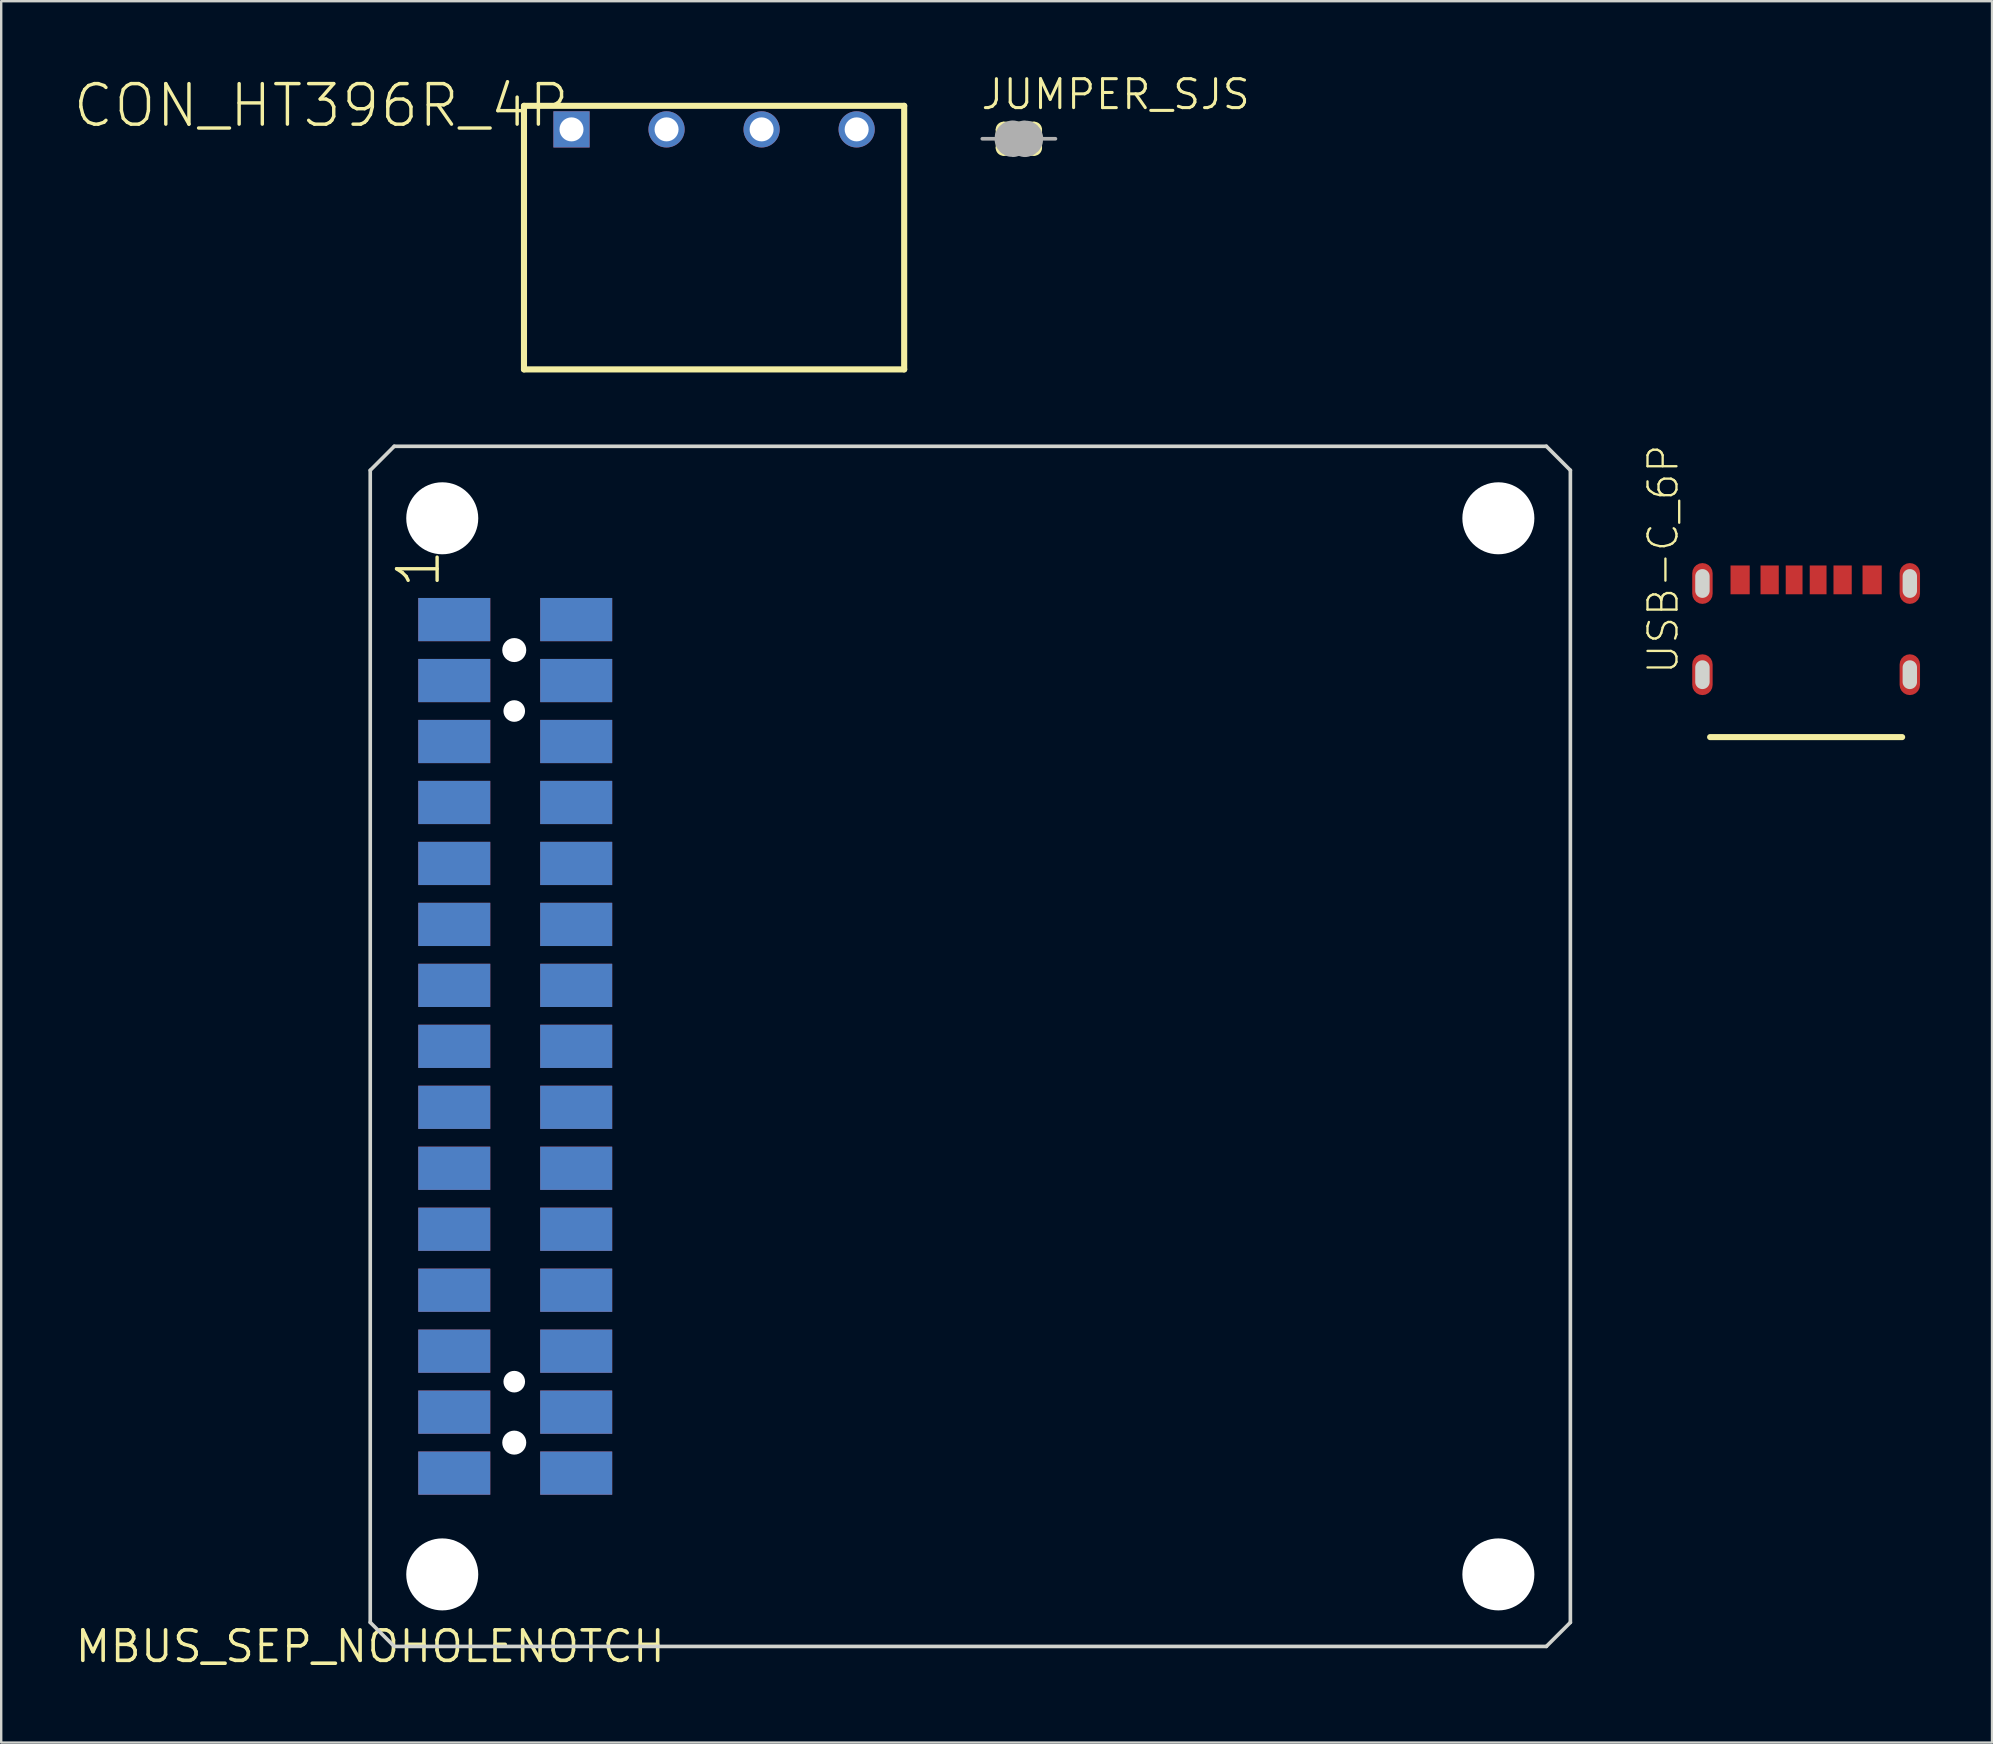
<source format=kicad_pcb>
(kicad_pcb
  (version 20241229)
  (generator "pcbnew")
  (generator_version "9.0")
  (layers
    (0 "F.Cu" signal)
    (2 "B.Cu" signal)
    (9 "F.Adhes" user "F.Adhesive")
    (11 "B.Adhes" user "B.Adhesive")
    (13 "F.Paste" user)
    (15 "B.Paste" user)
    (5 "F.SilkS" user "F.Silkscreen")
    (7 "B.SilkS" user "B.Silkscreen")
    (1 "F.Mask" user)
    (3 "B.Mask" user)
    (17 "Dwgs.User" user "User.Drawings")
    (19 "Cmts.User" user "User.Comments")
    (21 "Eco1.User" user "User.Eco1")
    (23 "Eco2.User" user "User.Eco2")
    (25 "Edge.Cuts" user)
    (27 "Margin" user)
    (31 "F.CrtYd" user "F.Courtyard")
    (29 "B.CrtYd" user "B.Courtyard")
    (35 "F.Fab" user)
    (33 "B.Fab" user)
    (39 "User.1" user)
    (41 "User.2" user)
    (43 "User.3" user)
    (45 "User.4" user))
  (footprint "MBUS_SEP_NOHOLENOTCH"
    (layer "F.Cu")
    (at 12.375 65.543)
    (property "Reference" "MBUS_SEP_NOHOLENOTCH" (at 0 0 0) (layer "F.SilkS") (effects (font (size 1.27 1.27) (thickness 0.15))))
    (attr through_hole)
    (fp_line (start 0 -49) (end 0 -1) (stroke (width 0.152) (type solid)) (layer "Edge.Cuts"))
    (fp_line (start 0 -1) (end 1 0) (stroke (width 0.152) (type solid)) (layer "Edge.Cuts"))
    (fp_line (start 1 -50) (end 0 -49) (stroke (width 0.152) (type solid)) (layer "Edge.Cuts"))
    (fp_line (start 1 0) (end 49 0) (stroke (width 0.152) (type solid)) (layer "Edge.Cuts"))
    (fp_line (start 49 -50) (end 1 -50) (stroke (width 0.152) (type solid)) (layer "Edge.Cuts"))
    (fp_line (start 49 0) (end 50 -1) (stroke (width 0.152) (type solid)) (layer "Edge.Cuts"))
    (fp_line (start 50 -49) (end 49 -50) (stroke (width 0.152) (type solid)) (layer "Edge.Cuts"))
    (fp_line (start 50 -1) (end 50 -49) (stroke (width 0.152) (type solid)) (layer "Edge.Cuts"))
    (fp_text user "1" (at 3 -44 90) (layer "F.SilkS") (effects (font (size 1.689 1.689) (thickness 0.142)) (justify left bottom)))
    (pad "" np_thru_hole circle (at 3 -47) (size 3 3) (drill 3) (layers "*.Cu" "*.Mask"))
    (pad "" np_thru_hole circle (at 3 -3) (size 3 3) (drill 3) (layers "*.Cu" "*.Mask"))
    (pad "" np_thru_hole circle (at 6 -41.51) (size 1 1) (drill 1) (layers "*.Cu" "*.Mask"))
    (pad "" np_thru_hole circle (at 6 -38.97) (size 0.9 0.9) (drill 0.9) (layers "*.Cu" "*.Mask"))
    (pad "" np_thru_hole circle (at 6 -11.03) (size 0.9 0.9) (drill 0.9) (layers "*.Cu" "*.Mask"))
    (pad "" np_thru_hole circle (at 6 -8.49) (size 1 1) (drill 1) (layers "*.Cu" "*.Mask"))
    (pad "" np_thru_hole circle (at 47 -47) (size 3 3) (drill 3) (layers "*.Cu" "*.Mask"))
    (pad "" np_thru_hole circle (at 47 -3) (size 3 3) (drill 3) (layers "*.Cu" "*.Mask"))
    (pad "P$B1" smd rect (at 3.5 -42.78) (size 3 1.8) (layers "B.Cu" "B.Mask" "B.Paste"))
    (pad "P$B2" smd rect (at 8.58 -42.78) (size 3 1.8) (layers "B.Cu" "B.Mask" "B.Paste"))
    (pad "P$B3" smd rect (at 3.5 -40.24) (size 3 1.8) (layers "B.Cu" "B.Mask" "B.Paste"))
    (pad "P$B4" smd rect (at 8.58 -40.24) (size 3 1.8) (layers "B.Cu" "B.Mask" "B.Paste"))
    (pad "P$B5" smd rect (at 3.5 -37.7) (size 3 1.8) (layers "B.Cu" "B.Mask" "B.Paste"))
    (pad "P$B6" smd rect (at 8.58 -37.7) (size 3 1.8) (layers "B.Cu" "B.Mask" "B.Paste"))
    (pad "P$B7" smd rect (at 3.5 -35.16) (size 3 1.8) (layers "B.Cu" "B.Mask" "B.Paste"))
    (pad "P$B8" smd rect (at 8.58 -35.16) (size 3 1.8) (layers "B.Cu" "B.Mask" "B.Paste"))
    (pad "P$B9" smd rect (at 3.5 -32.62) (size 3 1.8) (layers "B.Cu" "B.Mask" "B.Paste"))
    (pad "P$B10" smd rect (at 8.58 -32.62) (size 3 1.8) (layers "B.Cu" "B.Mask" "B.Paste"))
    (pad "P$B11" smd rect (at 3.5 -30.08) (size 3 1.8) (layers "B.Cu" "B.Mask" "B.Paste"))
    (pad "P$B12" smd rect (at 8.58 -30.08) (size 3 1.8) (layers "B.Cu" "B.Mask" "B.Paste"))
    (pad "P$B13" smd rect (at 3.5 -27.54) (size 3 1.8) (layers "B.Cu" "B.Mask" "B.Paste"))
    (pad "P$B14" smd rect (at 8.58 -27.54) (size 3 1.8) (layers "B.Cu" "B.Mask" "B.Paste"))
    (pad "P$B15" smd rect (at 3.5 -25) (size 3 1.8) (layers "B.Cu" "B.Mask" "B.Paste"))
    (pad "P$B16" smd rect (at 8.58 -25) (size 3 1.8) (layers "B.Cu" "B.Mask" "B.Paste"))
    (pad "P$B17" smd rect (at 3.5 -22.46) (size 3 1.8) (layers "B.Cu" "B.Mask" "B.Paste"))
    (pad "P$B18" smd rect (at 8.58 -22.46) (size 3 1.8) (layers "B.Cu" "B.Mask" "B.Paste"))
    (pad "P$B19" smd rect (at 3.5 -19.92) (size 3 1.8) (layers "B.Cu" "B.Mask" "B.Paste"))
    (pad "P$B20" smd rect (at 8.58 -19.92) (size 3 1.8) (layers "B.Cu" "B.Mask" "B.Paste"))
    (pad "P$B21" smd rect (at 3.5 -17.38) (size 3 1.8) (layers "B.Cu" "B.Mask" "B.Paste"))
    (pad "P$B22" smd rect (at 8.58 -17.38) (size 3 1.8) (layers "B.Cu" "B.Mask" "B.Paste"))
    (pad "P$B23" smd rect (at 3.5 -14.84) (size 3 1.8) (layers "B.Cu" "B.Mask" "B.Paste"))
    (pad "P$B24" smd rect (at 8.58 -14.84) (size 3 1.8) (layers "B.Cu" "B.Mask" "B.Paste"))
    (pad "P$B25" smd rect (at 3.5 -12.3) (size 3 1.8) (layers "B.Cu" "B.Mask" "B.Paste"))
    (pad "P$B26" smd rect (at 8.58 -12.3) (size 3 1.8) (layers "B.Cu" "B.Mask" "B.Paste"))
    (pad "P$B27" smd rect (at 3.5 -9.76) (size 3 1.8) (layers "B.Cu" "B.Mask" "B.Paste"))
    (pad "P$B28" smd rect (at 8.58 -9.76) (size 3 1.8) (layers "B.Cu" "B.Mask" "B.Paste"))
    (pad "P$B29" smd rect (at 3.5 -7.22) (size 3 1.8) (layers "B.Cu" "B.Mask" "B.Paste"))
    (pad "P$B30" smd rect (at 8.58 -7.22) (size 3 1.8) (layers "B.Cu" "B.Mask" "B.Paste"))
    (pad "P$T1" smd rect (at 3.5 -42.78) (size 3 1.8) (layers "F.Cu" "F.Mask" "F.Paste"))
    (pad "P$T2" smd rect (at 8.58 -42.78) (size 3 1.8) (layers "F.Cu" "F.Mask" "F.Paste"))
    (pad "P$T3" smd rect (at 3.5 -40.24) (size 3 1.8) (layers "F.Cu" "F.Mask" "F.Paste"))
    (pad "P$T4" smd rect (at 8.58 -40.24) (size 3 1.8) (layers "F.Cu" "F.Mask" "F.Paste"))
    (pad "P$T5" smd rect (at 3.5 -37.7) (size 3 1.8) (layers "F.Cu" "F.Mask" "F.Paste"))
    (pad "P$T6" smd rect (at 8.58 -37.7) (size 3 1.8) (layers "F.Cu" "F.Mask" "F.Paste"))
    (pad "P$T7" smd rect (at 3.5 -35.16) (size 3 1.8) (layers "F.Cu" "F.Mask" "F.Paste"))
    (pad "P$T8" smd rect (at 8.58 -35.16) (size 3 1.8) (layers "F.Cu" "F.Mask" "F.Paste"))
    (pad "P$T9" smd rect (at 3.5 -32.62) (size 3 1.8) (layers "F.Cu" "F.Mask" "F.Paste"))
    (pad "P$T10" smd rect (at 8.58 -32.62) (size 3 1.8) (layers "F.Cu" "F.Mask" "F.Paste"))
    (pad "P$T11" smd rect (at 3.5 -30.08) (size 3 1.8) (layers "F.Cu" "F.Mask" "F.Paste"))
    (pad "P$T12" smd rect (at 8.58 -30.08) (size 3 1.8) (layers "F.Cu" "F.Mask" "F.Paste"))
    (pad "P$T13" smd rect (at 3.5 -27.54) (size 3 1.8) (layers "F.Cu" "F.Mask" "F.Paste"))
    (pad "P$T14" smd rect (at 8.58 -27.54) (size 3 1.8) (layers "F.Cu" "F.Mask" "F.Paste"))
    (pad "P$T15" smd rect (at 3.5 -25) (size 3 1.8) (layers "F.Cu" "F.Mask" "F.Paste"))
    (pad "P$T16" smd rect (at 8.58 -25) (size 3 1.8) (layers "F.Cu" "F.Mask" "F.Paste"))
    (pad "P$T17" smd rect (at 3.5 -22.46) (size 3 1.8) (layers "F.Cu" "F.Mask" "F.Paste"))
    (pad "P$T18" smd rect (at 8.58 -22.46) (size 3 1.8) (layers "F.Cu" "F.Mask" "F.Paste"))
    (pad "P$T19" smd rect (at 3.5 -19.92) (size 3 1.8) (layers "F.Cu" "F.Mask" "F.Paste"))
    (pad "P$T20" smd rect (at 8.58 -19.92) (size 3 1.8) (layers "F.Cu" "F.Mask" "F.Paste"))
    (pad "P$T21" smd rect (at 3.5 -17.38) (size 3 1.8) (layers "F.Cu" "F.Mask" "F.Paste"))
    (pad "P$T22" smd rect (at 8.58 -17.38) (size 3 1.8) (layers "F.Cu" "F.Mask" "F.Paste"))
    (pad "P$T23" smd rect (at 3.5 -14.84) (size 3 1.8) (layers "F.Cu" "F.Mask" "F.Paste"))
    (pad "P$T24" smd rect (at 8.58 -14.84) (size 3 1.8) (layers "F.Cu" "F.Mask" "F.Paste"))
    (pad "P$T25" smd rect (at 3.5 -12.3) (size 3 1.8) (layers "F.Cu" "F.Mask" "F.Paste"))
    (pad "P$T26" smd rect (at 8.58 -12.3) (size 3 1.8) (layers "F.Cu" "F.Mask" "F.Paste"))
    (pad "P$T27" smd rect (at 3.5 -9.76) (size 3 1.8) (layers "F.Cu" "F.Mask" "F.Paste"))
    (pad "P$T28" smd rect (at 8.58 -9.76) (size 3 1.8) (layers "F.Cu" "F.Mask" "F.Paste"))
    (pad "P$T29" smd rect (at 3.5 -7.22) (size 3 1.8) (layers "F.Cu" "F.Mask" "F.Paste"))
    (pad "P$T30" smd rect (at 8.58 -7.22) (size 3 1.8) (layers "F.Cu" "F.Mask" "F.Paste")))
  (footprint "USB-C_6P"
    (layer "F.Cu")
    (at 72.197 24.109)
    (property "Reference" "USB-C_6P" (at -5.25 1 270) (layer "F.SilkS") (effects (font (size 1.206 1.206) (thickness 0.097)) (justify left bottom)))
    (attr through_hole)
    (fp_line (start -4 3.55) (end 4 3.55) (stroke (width 0.254) (type solid)) (layer "F.SilkS"))
    (fp_line (start -4.32 -3.15) (end -4.32 -2.55) (stroke (width 0.6) (type solid)) (layer "Edge.Cuts"))
    (fp_line (start -4.32 0.65) (end -4.32 1.25) (stroke (width 0.6) (type solid)) (layer "Edge.Cuts"))
    (fp_line (start 4.32 -3.15) (end 4.32 -2.55) (stroke (width 0.6) (type solid)) (layer "Edge.Cuts"))
    (fp_line (start 4.32 0.65) (end 4.32 1.25) (stroke (width 0.6) (type solid)) (layer "Edge.Cuts"))
    (pad "A5" smd rect (at -0.5 -3) (size 0.7 1.2) (layers "F.Cu" "F.Mask" "F.Paste"))
    (pad "A9" smd rect (at 1.52 -3) (size 0.76 1.2) (layers "F.Cu" "F.Mask" "F.Paste"))
    (pad "A12" smd rect (at 2.75 -3) (size 0.8 1.2) (layers "F.Cu" "F.Mask" "F.Paste"))
    (pad "B5" smd rect (at 0.5 -3) (size 0.7 1.2) (layers "F.Cu" "F.Mask" "F.Paste"))
    (pad "B9" smd rect (at -1.52 -3) (size 0.76 1.2) (layers "F.Cu" "F.Mask" "F.Paste"))
    (pad "B12" smd rect (at -2.75 -3) (size 0.8 1.2) (layers "F.Cu" "F.Mask" "F.Paste"))
    (pad "P$1" smd roundrect (at -4.32 -2.85) (size 0.85 1.7) (layers "F.Cu" "F.Mask" "F.Paste") (roundrect_rratio 0.5))
    (pad "P$2" smd roundrect (at -4.32 0.95) (size 0.85 1.7) (layers "F.Cu" "F.Mask" "F.Paste") (roundrect_rratio 0.5))
    (pad "P$3" smd roundrect (at 4.32 -2.85) (size 0.85 1.7) (layers "F.Cu" "F.Mask" "F.Paste") (roundrect_rratio 0.5))
    (pad "P$4" smd roundrect (at 4.32 0.95) (size 0.85 1.7) (layers "F.Cu" "F.Mask" "F.Paste") (roundrect_rratio 0.5)))
  (footprint "CON_HT396R_4P"
    (layer "F.Cu")
    (at 26.7 2.34)
    (property "Reference" "CON_HT396R_4P" (at -5.94 -1.98 0) (layer "F.SilkS") (effects (font (size 1.689 1.689) (thickness 0.142)) (justify right top)))
    (attr through_hole)
    (fp_line (start -7.92 -0.98) (end 7.92 -0.98) (stroke (width 0.254) (type solid)) (layer "F.SilkS"))
    (fp_line (start -7.92 10) (end -7.92 -0.98) (stroke (width 0.254) (type solid)) (layer "F.SilkS"))
    (fp_line (start 7.92 -0.98) (end 7.92 10) (stroke (width 0.254) (type solid)) (layer "F.SilkS"))
    (fp_line (start 7.92 10) (end -7.92 10) (stroke (width 0.254) (type solid)) (layer "F.SilkS"))
    (pad "P$1" thru_hole rect (at -5.94 0) (size 1.508 1.508) (drill 1) (layers "*.Cu" "*.Mask"))
    (pad "P$2" thru_hole circle (at -1.98 0) (size 1.508 1.508) (drill 1) (layers "*.Cu" "*.Mask"))
    (pad "P$3" thru_hole circle (at 1.98 0) (size 1.508 1.508) (drill 1) (layers "*.Cu" "*.Mask"))
    (pad "P$4" thru_hole circle (at 5.94 0) (size 1.508 1.508) (drill 1) (layers "*.Cu" "*.Mask")))
  (footprint "JUMPER_SJS"
    (layer "F.Cu")
    (at 39.398 2.731)
    (property "Reference" "JUMPER_SJS" (at -1.651 -1.143 0) (layer "F.SilkS") (effects (font (size 1.206 1.206) (thickness 0.127)) (justify left bottom)))
    (attr through_hole)
    (fp_line (start -0.889 0.381) (end -0.889 -0.381) (stroke (width 0.152) (type solid)) (layer "F.SilkS"))
    (fp_line (start -0.635 -0.635) (end 0.635 -0.635) (stroke (width 0.152) (type solid)) (layer "F.SilkS"))
    (fp_line (start 0.635 0.635) (end -0.635 0.635) (stroke (width 0.152) (type solid)) (layer "F.SilkS"))
    (fp_line (start 0.889 0.381) (end 0.889 -0.381) (stroke (width 0.152) (type solid)) (layer "F.SilkS"))
    (fp_arc (start -0.889 -0.381) (mid -0.814605 -0.560605) (end -0.635 -0.635) (stroke (width 0.1524) (type solid)) (layer "F.SilkS"))
    (fp_arc (start -0.635 0.635) (mid -0.814605 0.560605) (end -0.889 0.381) (stroke (width 0.1524) (type solid)) (layer "F.SilkS"))
    (fp_arc (start 0.635 -0.635) (mid 0.814605 -0.560605) (end 0.889 -0.381) (stroke (width 0.1524) (type solid)) (layer "F.SilkS"))
    (fp_arc (start 0.889 0.381) (mid 0.814605 0.560605) (end 0.635 0.635) (stroke (width 0.1524) (type solid)) (layer "F.SilkS"))
    (fp_line (start -1.016 0) (end -1.524 0) (stroke (width 0.152) (type solid)) (layer "F.Fab"))
    (fp_line (start 1.016 0) (end 1.524 0) (stroke (width 0.152) (type solid)) (layer "F.Fab"))
    (fp_arc (start -0.254 0.127) (mid -0.381 0) (end -0.254 -0.127) (stroke (width 1.27) (type solid)) (layer "F.Fab"))
    (fp_arc (start 0.254 -0.127) (mid 0.381 0) (end 0.254 0.127) (stroke (width 1.27) (type solid)) (layer "F.Fab"))
    (pad "1" smd rect (at -0.4 0) (size 0.6 1) (layers "F.Cu" "F.Mask" "F.Paste"))
    (pad "2" smd rect (at 0.4 0) (size 0.6 1) (layers "F.Cu" "F.Mask" "F.Paste")))
  (gr_rect
    (start -3 -3)
    (end 79.942 69.549)
    (stroke (width 0.1) (type default))
    (fill no)
    (layer "Edge.Cuts")))
</source>
